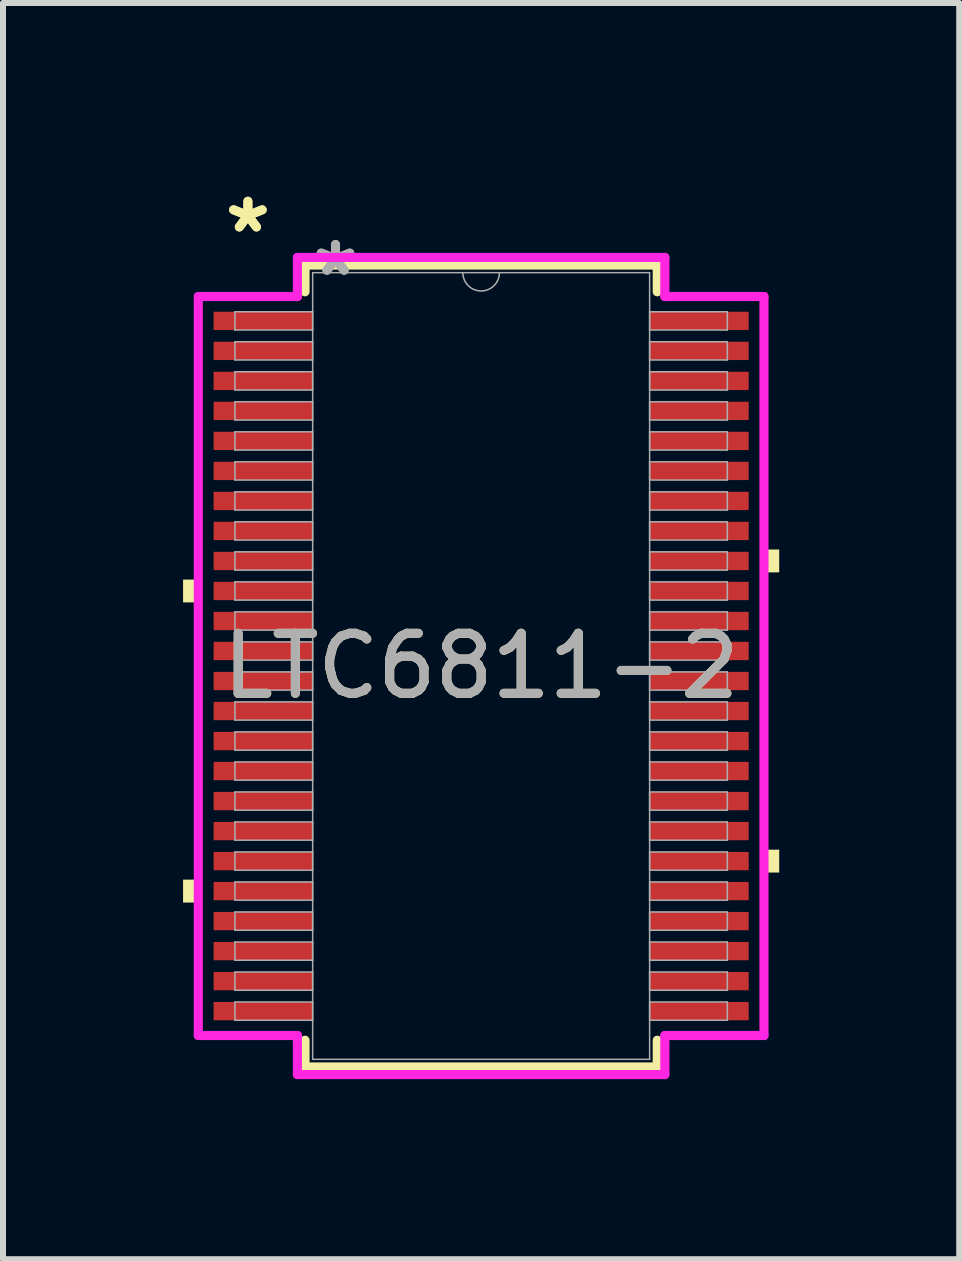
<source format=kicad_pcb>
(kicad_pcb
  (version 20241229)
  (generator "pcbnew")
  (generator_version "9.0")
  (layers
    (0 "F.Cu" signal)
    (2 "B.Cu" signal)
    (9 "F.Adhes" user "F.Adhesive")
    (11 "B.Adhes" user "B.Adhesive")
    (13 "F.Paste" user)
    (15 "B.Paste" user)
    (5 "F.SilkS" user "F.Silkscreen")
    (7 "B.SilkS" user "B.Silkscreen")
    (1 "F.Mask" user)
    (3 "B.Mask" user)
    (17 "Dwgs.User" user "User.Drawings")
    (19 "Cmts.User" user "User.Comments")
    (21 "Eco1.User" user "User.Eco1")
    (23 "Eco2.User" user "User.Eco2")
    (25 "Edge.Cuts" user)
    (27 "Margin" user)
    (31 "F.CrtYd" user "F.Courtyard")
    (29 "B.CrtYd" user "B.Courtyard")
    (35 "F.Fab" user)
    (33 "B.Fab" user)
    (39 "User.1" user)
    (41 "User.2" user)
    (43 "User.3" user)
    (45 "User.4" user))
  (footprint "LTC6811-2"
    (layer "F.Cu")
    (at 4.966 8.046)
    (property "Reference" "LTC6811-2" (at 0 0 0) (unlocked yes) (layer "F.SilkS") (effects (font (size 1 1) (thickness 0.15))))
    (attr smd)
    (fp_line (start -2.934 -6.68) (end -2.934 -6.235) (stroke (width 0.152) (type solid)) (layer "F.SilkS"))
    (fp_line (start -2.934 6.235) (end -2.934 6.68) (stroke (width 0.152) (type solid)) (layer "F.SilkS"))
    (fp_line (start -2.934 6.68) (end 2.934 6.68) (stroke (width 0.152) (type solid)) (layer "F.SilkS"))
    (fp_line (start 2.934 -6.68) (end -2.934 -6.68) (stroke (width 0.152) (type solid)) (layer "F.SilkS"))
    (fp_line (start 2.934 -6.235) (end 2.934 -6.68) (stroke (width 0.152) (type solid)) (layer "F.SilkS"))
    (fp_line (start 2.934 6.68) (end 2.934 6.235) (stroke (width 0.152) (type solid)) (layer "F.SilkS"))
    (fp_poly (pts (xy -4.966 -1.44) (xy -4.966 -1.06) (xy -4.712 -1.06) (xy -4.712 -1.44)) (stroke (width 0) (type solid)) (fill yes) (layer "F.SilkS"))
    (fp_poly (pts (xy -4.966 3.559) (xy -4.966 3.941) (xy -4.712 3.941) (xy -4.712 3.559)) (stroke (width 0) (type solid)) (fill yes) (layer "F.SilkS"))
    (fp_poly (pts (xy 4.966 -1.941) (xy 4.966 -1.56) (xy 4.712 -1.56) (xy 4.712 -1.941)) (stroke (width 0) (type solid)) (fill yes) (layer "F.SilkS"))
    (fp_poly (pts (xy 4.966 3.06) (xy 4.966 3.441) (xy 4.712 3.441) (xy 4.712 3.06)) (stroke (width 0) (type solid)) (fill yes) (layer "F.SilkS"))
    (fp_line (start -4.712 -6.156) (end -3.061 -6.156) (stroke (width 0.152) (type solid)) (layer "F.CrtYd"))
    (fp_line (start -4.712 6.156) (end -4.712 -6.156) (stroke (width 0.152) (type solid)) (layer "F.CrtYd"))
    (fp_line (start -4.712 6.156) (end -3.061 6.156) (stroke (width 0.152) (type solid)) (layer "F.CrtYd"))
    (fp_line (start -3.061 -6.807) (end 3.061 -6.807) (stroke (width 0.152) (type solid)) (layer "F.CrtYd"))
    (fp_line (start -3.061 -6.156) (end -3.061 -6.807) (stroke (width 0.152) (type solid)) (layer "F.CrtYd"))
    (fp_line (start -3.061 6.807) (end -3.061 6.156) (stroke (width 0.152) (type solid)) (layer "F.CrtYd"))
    (fp_line (start 3.061 -6.807) (end 3.061 -6.156) (stroke (width 0.152) (type solid)) (layer "F.CrtYd"))
    (fp_line (start 3.061 6.156) (end 3.061 6.807) (stroke (width 0.152) (type solid)) (layer "F.CrtYd"))
    (fp_line (start 3.061 6.807) (end -3.061 6.807) (stroke (width 0.152) (type solid)) (layer "F.CrtYd"))
    (fp_line (start 4.712 -6.156) (end 3.061 -6.156) (stroke (width 0.152) (type solid)) (layer "F.CrtYd"))
    (fp_line (start 4.712 -6.156) (end 4.712 6.156) (stroke (width 0.152) (type solid)) (layer "F.CrtYd"))
    (fp_line (start 4.712 6.156) (end 3.061 6.156) (stroke (width 0.152) (type solid)) (layer "F.CrtYd"))
    (fp_line (start -4.102 -5.902) (end -4.102 -5.598) (stroke (width 0.025) (type solid)) (layer "F.Fab"))
    (fp_line (start -4.102 -5.598) (end -2.807 -5.598) (stroke (width 0.025) (type solid)) (layer "F.Fab"))
    (fp_line (start -4.102 -5.402) (end -4.102 -5.098) (stroke (width 0.025) (type solid)) (layer "F.Fab"))
    (fp_line (start -4.102 -5.098) (end -2.807 -5.098) (stroke (width 0.025) (type solid)) (layer "F.Fab"))
    (fp_line (start -4.102 -4.902) (end -4.102 -4.598) (stroke (width 0.025) (type solid)) (layer "F.Fab"))
    (fp_line (start -4.102 -4.598) (end -2.807 -4.598) (stroke (width 0.025) (type solid)) (layer "F.Fab"))
    (fp_line (start -4.102 -4.402) (end -4.102 -4.098) (stroke (width 0.025) (type solid)) (layer "F.Fab"))
    (fp_line (start -4.102 -4.098) (end -2.807 -4.098) (stroke (width 0.025) (type solid)) (layer "F.Fab"))
    (fp_line (start -4.102 -3.902) (end -4.102 -3.598) (stroke (width 0.025) (type solid)) (layer "F.Fab"))
    (fp_line (start -4.102 -3.598) (end -2.807 -3.598) (stroke (width 0.025) (type solid)) (layer "F.Fab"))
    (fp_line (start -4.102 -3.402) (end -4.102 -3.098) (stroke (width 0.025) (type solid)) (layer "F.Fab"))
    (fp_line (start -4.102 -3.098) (end -2.807 -3.098) (stroke (width 0.025) (type solid)) (layer "F.Fab"))
    (fp_line (start -4.102 -2.902) (end -4.102 -2.598) (stroke (width 0.025) (type solid)) (layer "F.Fab"))
    (fp_line (start -4.102 -2.598) (end -2.807 -2.598) (stroke (width 0.025) (type solid)) (layer "F.Fab"))
    (fp_line (start -4.102 -2.402) (end -4.102 -2.098) (stroke (width 0.025) (type solid)) (layer "F.Fab"))
    (fp_line (start -4.102 -2.098) (end -2.807 -2.098) (stroke (width 0.025) (type solid)) (layer "F.Fab"))
    (fp_line (start -4.102 -1.902) (end -4.102 -1.598) (stroke (width 0.025) (type solid)) (layer "F.Fab"))
    (fp_line (start -4.102 -1.598) (end -2.807 -1.598) (stroke (width 0.025) (type solid)) (layer "F.Fab"))
    (fp_line (start -4.102 -1.402) (end -4.102 -1.098) (stroke (width 0.025) (type solid)) (layer "F.Fab"))
    (fp_line (start -4.102 -1.098) (end -2.807 -1.098) (stroke (width 0.025) (type solid)) (layer "F.Fab"))
    (fp_line (start -4.102 -0.902) (end -4.102 -0.598) (stroke (width 0.025) (type solid)) (layer "F.Fab"))
    (fp_line (start -4.102 -0.598) (end -2.807 -0.598) (stroke (width 0.025) (type solid)) (layer "F.Fab"))
    (fp_line (start -4.102 -0.402) (end -4.102 -0.098) (stroke (width 0.025) (type solid)) (layer "F.Fab"))
    (fp_line (start -4.102 -0.098) (end -2.807 -0.098) (stroke (width 0.025) (type solid)) (layer "F.Fab"))
    (fp_line (start -4.102 0.098) (end -4.102 0.402) (stroke (width 0.025) (type solid)) (layer "F.Fab"))
    (fp_line (start -4.102 0.402) (end -2.807 0.402) (stroke (width 0.025) (type solid)) (layer "F.Fab"))
    (fp_line (start -4.102 0.598) (end -4.102 0.902) (stroke (width 0.025) (type solid)) (layer "F.Fab"))
    (fp_line (start -4.102 0.902) (end -2.807 0.902) (stroke (width 0.025) (type solid)) (layer "F.Fab"))
    (fp_line (start -4.102 1.098) (end -4.102 1.402) (stroke (width 0.025) (type solid)) (layer "F.Fab"))
    (fp_line (start -4.102 1.402) (end -2.807 1.402) (stroke (width 0.025) (type solid)) (layer "F.Fab"))
    (fp_line (start -4.102 1.598) (end -4.102 1.902) (stroke (width 0.025) (type solid)) (layer "F.Fab"))
    (fp_line (start -4.102 1.902) (end -2.807 1.902) (stroke (width 0.025) (type solid)) (layer "F.Fab"))
    (fp_line (start -4.102 2.098) (end -4.102 2.402) (stroke (width 0.025) (type solid)) (layer "F.Fab"))
    (fp_line (start -4.102 2.402) (end -2.807 2.402) (stroke (width 0.025) (type solid)) (layer "F.Fab"))
    (fp_line (start -4.102 2.598) (end -4.102 2.902) (stroke (width 0.025) (type solid)) (layer "F.Fab"))
    (fp_line (start -4.102 2.902) (end -2.807 2.902) (stroke (width 0.025) (type solid)) (layer "F.Fab"))
    (fp_line (start -4.102 3.098) (end -4.102 3.402) (stroke (width 0.025) (type solid)) (layer "F.Fab"))
    (fp_line (start -4.102 3.402) (end -2.807 3.402) (stroke (width 0.025) (type solid)) (layer "F.Fab"))
    (fp_line (start -4.102 3.598) (end -4.102 3.902) (stroke (width 0.025) (type solid)) (layer "F.Fab"))
    (fp_line (start -4.102 3.902) (end -2.807 3.902) (stroke (width 0.025) (type solid)) (layer "F.Fab"))
    (fp_line (start -4.102 4.098) (end -4.102 4.402) (stroke (width 0.025) (type solid)) (layer "F.Fab"))
    (fp_line (start -4.102 4.402) (end -2.807 4.402) (stroke (width 0.025) (type solid)) (layer "F.Fab"))
    (fp_line (start -4.102 4.598) (end -4.102 4.902) (stroke (width 0.025) (type solid)) (layer "F.Fab"))
    (fp_line (start -4.102 4.902) (end -2.807 4.902) (stroke (width 0.025) (type solid)) (layer "F.Fab"))
    (fp_line (start -4.102 5.098) (end -4.102 5.402) (stroke (width 0.025) (type solid)) (layer "F.Fab"))
    (fp_line (start -4.102 5.402) (end -2.807 5.402) (stroke (width 0.025) (type solid)) (layer "F.Fab"))
    (fp_line (start -4.102 5.598) (end -4.102 5.902) (stroke (width 0.025) (type solid)) (layer "F.Fab"))
    (fp_line (start -4.102 5.902) (end -2.807 5.902) (stroke (width 0.025) (type solid)) (layer "F.Fab"))
    (fp_line (start -2.807 -6.553) (end -2.807 6.553) (stroke (width 0.025) (type solid)) (layer "F.Fab"))
    (fp_line (start -2.807 -5.902) (end -4.102 -5.902) (stroke (width 0.025) (type solid)) (layer "F.Fab"))
    (fp_line (start -2.807 -5.598) (end -2.807 -5.902) (stroke (width 0.025) (type solid)) (layer "F.Fab"))
    (fp_line (start -2.807 -5.402) (end -4.102 -5.402) (stroke (width 0.025) (type solid)) (layer "F.Fab"))
    (fp_line (start -2.807 -5.098) (end -2.807 -5.402) (stroke (width 0.025) (type solid)) (layer "F.Fab"))
    (fp_line (start -2.807 -4.902) (end -4.102 -4.902) (stroke (width 0.025) (type solid)) (layer "F.Fab"))
    (fp_line (start -2.807 -4.598) (end -2.807 -4.902) (stroke (width 0.025) (type solid)) (layer "F.Fab"))
    (fp_line (start -2.807 -4.402) (end -4.102 -4.402) (stroke (width 0.025) (type solid)) (layer "F.Fab"))
    (fp_line (start -2.807 -4.098) (end -2.807 -4.402) (stroke (width 0.025) (type solid)) (layer "F.Fab"))
    (fp_line (start -2.807 -3.902) (end -4.102 -3.902) (stroke (width 0.025) (type solid)) (layer "F.Fab"))
    (fp_line (start -2.807 -3.598) (end -2.807 -3.902) (stroke (width 0.025) (type solid)) (layer "F.Fab"))
    (fp_line (start -2.807 -3.402) (end -4.102 -3.402) (stroke (width 0.025) (type solid)) (layer "F.Fab"))
    (fp_line (start -2.807 -3.098) (end -2.807 -3.402) (stroke (width 0.025) (type solid)) (layer "F.Fab"))
    (fp_line (start -2.807 -2.902) (end -4.102 -2.902) (stroke (width 0.025) (type solid)) (layer "F.Fab"))
    (fp_line (start -2.807 -2.598) (end -2.807 -2.902) (stroke (width 0.025) (type solid)) (layer "F.Fab"))
    (fp_line (start -2.807 -2.402) (end -4.102 -2.402) (stroke (width 0.025) (type solid)) (layer "F.Fab"))
    (fp_line (start -2.807 -2.098) (end -2.807 -2.402) (stroke (width 0.025) (type solid)) (layer "F.Fab"))
    (fp_line (start -2.807 -1.902) (end -4.102 -1.902) (stroke (width 0.025) (type solid)) (layer "F.Fab"))
    (fp_line (start -2.807 -1.598) (end -2.807 -1.902) (stroke (width 0.025) (type solid)) (layer "F.Fab"))
    (fp_line (start -2.807 -1.402) (end -4.102 -1.402) (stroke (width 0.025) (type solid)) (layer "F.Fab"))
    (fp_line (start -2.807 -1.098) (end -2.807 -1.402) (stroke (width 0.025) (type solid)) (layer "F.Fab"))
    (fp_line (start -2.807 -0.902) (end -4.102 -0.902) (stroke (width 0.025) (type solid)) (layer "F.Fab"))
    (fp_line (start -2.807 -0.598) (end -2.807 -0.902) (stroke (width 0.025) (type solid)) (layer "F.Fab"))
    (fp_line (start -2.807 -0.402) (end -4.102 -0.402) (stroke (width 0.025) (type solid)) (layer "F.Fab"))
    (fp_line (start -2.807 -0.098) (end -2.807 -0.402) (stroke (width 0.025) (type solid)) (layer "F.Fab"))
    (fp_line (start -2.807 0.098) (end -4.102 0.098) (stroke (width 0.025) (type solid)) (layer "F.Fab"))
    (fp_line (start -2.807 0.402) (end -2.807 0.098) (stroke (width 0.025) (type solid)) (layer "F.Fab"))
    (fp_line (start -2.807 0.598) (end -4.102 0.598) (stroke (width 0.025) (type solid)) (layer "F.Fab"))
    (fp_line (start -2.807 0.902) (end -2.807 0.598) (stroke (width 0.025) (type solid)) (layer "F.Fab"))
    (fp_line (start -2.807 1.098) (end -4.102 1.098) (stroke (width 0.025) (type solid)) (layer "F.Fab"))
    (fp_line (start -2.807 1.402) (end -2.807 1.098) (stroke (width 0.025) (type solid)) (layer "F.Fab"))
    (fp_line (start -2.807 1.598) (end -4.102 1.598) (stroke (width 0.025) (type solid)) (layer "F.Fab"))
    (fp_line (start -2.807 1.902) (end -2.807 1.598) (stroke (width 0.025) (type solid)) (layer "F.Fab"))
    (fp_line (start -2.807 2.098) (end -4.102 2.098) (stroke (width 0.025) (type solid)) (layer "F.Fab"))
    (fp_line (start -2.807 2.402) (end -2.807 2.098) (stroke (width 0.025) (type solid)) (layer "F.Fab"))
    (fp_line (start -2.807 2.598) (end -4.102 2.598) (stroke (width 0.025) (type solid)) (layer "F.Fab"))
    (fp_line (start -2.807 2.902) (end -2.807 2.598) (stroke (width 0.025) (type solid)) (layer "F.Fab"))
    (fp_line (start -2.807 3.098) (end -4.102 3.098) (stroke (width 0.025) (type solid)) (layer "F.Fab"))
    (fp_line (start -2.807 3.402) (end -2.807 3.098) (stroke (width 0.025) (type solid)) (layer "F.Fab"))
    (fp_line (start -2.807 3.598) (end -4.102 3.598) (stroke (width 0.025) (type solid)) (layer "F.Fab"))
    (fp_line (start -2.807 3.902) (end -2.807 3.598) (stroke (width 0.025) (type solid)) (layer "F.Fab"))
    (fp_line (start -2.807 4.098) (end -4.102 4.098) (stroke (width 0.025) (type solid)) (layer "F.Fab"))
    (fp_line (start -2.807 4.402) (end -2.807 4.098) (stroke (width 0.025) (type solid)) (layer "F.Fab"))
    (fp_line (start -2.807 4.598) (end -4.102 4.598) (stroke (width 0.025) (type solid)) (layer "F.Fab"))
    (fp_line (start -2.807 4.902) (end -2.807 4.598) (stroke (width 0.025) (type solid)) (layer "F.Fab"))
    (fp_line (start -2.807 5.098) (end -4.102 5.098) (stroke (width 0.025) (type solid)) (layer "F.Fab"))
    (fp_line (start -2.807 5.402) (end -2.807 5.098) (stroke (width 0.025) (type solid)) (layer "F.Fab"))
    (fp_line (start -2.807 5.598) (end -4.102 5.598) (stroke (width 0.025) (type solid)) (layer "F.Fab"))
    (fp_line (start -2.807 5.902) (end -2.807 5.598) (stroke (width 0.025) (type solid)) (layer "F.Fab"))
    (fp_line (start -2.807 6.553) (end 2.807 6.553) (stroke (width 0.025) (type solid)) (layer "F.Fab"))
    (fp_line (start 2.807 -6.553) (end -2.807 -6.553) (stroke (width 0.025) (type solid)) (layer "F.Fab"))
    (fp_line (start 2.807 -5.902) (end 2.807 -5.598) (stroke (width 0.025) (type solid)) (layer "F.Fab"))
    (fp_line (start 2.807 -5.598) (end 4.102 -5.598) (stroke (width 0.025) (type solid)) (layer "F.Fab"))
    (fp_line (start 2.807 -5.402) (end 2.807 -5.098) (stroke (width 0.025) (type solid)) (layer "F.Fab"))
    (fp_line (start 2.807 -5.098) (end 4.102 -5.098) (stroke (width 0.025) (type solid)) (layer "F.Fab"))
    (fp_line (start 2.807 -4.902) (end 2.807 -4.598) (stroke (width 0.025) (type solid)) (layer "F.Fab"))
    (fp_line (start 2.807 -4.598) (end 4.102 -4.598) (stroke (width 0.025) (type solid)) (layer "F.Fab"))
    (fp_line (start 2.807 -4.402) (end 2.807 -4.098) (stroke (width 0.025) (type solid)) (layer "F.Fab"))
    (fp_line (start 2.807 -4.098) (end 4.102 -4.098) (stroke (width 0.025) (type solid)) (layer "F.Fab"))
    (fp_line (start 2.807 -3.902) (end 2.807 -3.598) (stroke (width 0.025) (type solid)) (layer "F.Fab"))
    (fp_line (start 2.807 -3.598) (end 4.102 -3.598) (stroke (width 0.025) (type solid)) (layer "F.Fab"))
    (fp_line (start 2.807 -3.402) (end 2.807 -3.098) (stroke (width 0.025) (type solid)) (layer "F.Fab"))
    (fp_line (start 2.807 -3.098) (end 4.102 -3.098) (stroke (width 0.025) (type solid)) (layer "F.Fab"))
    (fp_line (start 2.807 -2.902) (end 2.807 -2.598) (stroke (width 0.025) (type solid)) (layer "F.Fab"))
    (fp_line (start 2.807 -2.598) (end 4.102 -2.598) (stroke (width 0.025) (type solid)) (layer "F.Fab"))
    (fp_line (start 2.807 -2.402) (end 2.807 -2.098) (stroke (width 0.025) (type solid)) (layer "F.Fab"))
    (fp_line (start 2.807 -2.098) (end 4.102 -2.098) (stroke (width 0.025) (type solid)) (layer "F.Fab"))
    (fp_line (start 2.807 -1.902) (end 2.807 -1.598) (stroke (width 0.025) (type solid)) (layer "F.Fab"))
    (fp_line (start 2.807 -1.598) (end 4.102 -1.598) (stroke (width 0.025) (type solid)) (layer "F.Fab"))
    (fp_line (start 2.807 -1.402) (end 2.807 -1.098) (stroke (width 0.025) (type solid)) (layer "F.Fab"))
    (fp_line (start 2.807 -1.098) (end 4.102 -1.098) (stroke (width 0.025) (type solid)) (layer "F.Fab"))
    (fp_line (start 2.807 -0.902) (end 2.807 -0.598) (stroke (width 0.025) (type solid)) (layer "F.Fab"))
    (fp_line (start 2.807 -0.598) (end 4.102 -0.598) (stroke (width 0.025) (type solid)) (layer "F.Fab"))
    (fp_line (start 2.807 -0.402) (end 2.807 -0.098) (stroke (width 0.025) (type solid)) (layer "F.Fab"))
    (fp_line (start 2.807 -0.098) (end 4.102 -0.098) (stroke (width 0.025) (type solid)) (layer "F.Fab"))
    (fp_line (start 2.807 0.098) (end 2.807 0.402) (stroke (width 0.025) (type solid)) (layer "F.Fab"))
    (fp_line (start 2.807 0.402) (end 4.102 0.402) (stroke (width 0.025) (type solid)) (layer "F.Fab"))
    (fp_line (start 2.807 0.598) (end 2.807 0.902) (stroke (width 0.025) (type solid)) (layer "F.Fab"))
    (fp_line (start 2.807 0.902) (end 4.102 0.902) (stroke (width 0.025) (type solid)) (layer "F.Fab"))
    (fp_line (start 2.807 1.098) (end 2.807 1.402) (stroke (width 0.025) (type solid)) (layer "F.Fab"))
    (fp_line (start 2.807 1.402) (end 4.102 1.402) (stroke (width 0.025) (type solid)) (layer "F.Fab"))
    (fp_line (start 2.807 1.598) (end 2.807 1.902) (stroke (width 0.025) (type solid)) (layer "F.Fab"))
    (fp_line (start 2.807 1.902) (end 4.102 1.902) (stroke (width 0.025) (type solid)) (layer "F.Fab"))
    (fp_line (start 2.807 2.098) (end 2.807 2.402) (stroke (width 0.025) (type solid)) (layer "F.Fab"))
    (fp_line (start 2.807 2.402) (end 4.102 2.402) (stroke (width 0.025) (type solid)) (layer "F.Fab"))
    (fp_line (start 2.807 2.598) (end 2.807 2.902) (stroke (width 0.025) (type solid)) (layer "F.Fab"))
    (fp_line (start 2.807 2.902) (end 4.102 2.902) (stroke (width 0.025) (type solid)) (layer "F.Fab"))
    (fp_line (start 2.807 3.098) (end 2.807 3.402) (stroke (width 0.025) (type solid)) (layer "F.Fab"))
    (fp_line (start 2.807 3.402) (end 4.102 3.402) (stroke (width 0.025) (type solid)) (layer "F.Fab"))
    (fp_line (start 2.807 3.598) (end 2.807 3.902) (stroke (width 0.025) (type solid)) (layer "F.Fab"))
    (fp_line (start 2.807 3.902) (end 4.102 3.902) (stroke (width 0.025) (type solid)) (layer "F.Fab"))
    (fp_line (start 2.807 4.098) (end 2.807 4.402) (stroke (width 0.025) (type solid)) (layer "F.Fab"))
    (fp_line (start 2.807 4.402) (end 4.102 4.402) (stroke (width 0.025) (type solid)) (layer "F.Fab"))
    (fp_line (start 2.807 4.598) (end 2.807 4.902) (stroke (width 0.025) (type solid)) (layer "F.Fab"))
    (fp_line (start 2.807 4.902) (end 4.102 4.902) (stroke (width 0.025) (type solid)) (layer "F.Fab"))
    (fp_line (start 2.807 5.098) (end 2.807 5.402) (stroke (width 0.025) (type solid)) (layer "F.Fab"))
    (fp_line (start 2.807 5.402) (end 4.102 5.402) (stroke (width 0.025) (type solid)) (layer "F.Fab"))
    (fp_line (start 2.807 5.598) (end 2.807 5.902) (stroke (width 0.025) (type solid)) (layer "F.Fab"))
    (fp_line (start 2.807 5.902) (end 4.102 5.902) (stroke (width 0.025) (type solid)) (layer "F.Fab"))
    (fp_line (start 2.807 6.553) (end 2.807 -6.553) (stroke (width 0.025) (type solid)) (layer "F.Fab"))
    (fp_line (start 4.102 -5.902) (end 2.807 -5.902) (stroke (width 0.025) (type solid)) (layer "F.Fab"))
    (fp_line (start 4.102 -5.598) (end 4.102 -5.902) (stroke (width 0.025) (type solid)) (layer "F.Fab"))
    (fp_line (start 4.102 -5.402) (end 2.807 -5.402) (stroke (width 0.025) (type solid)) (layer "F.Fab"))
    (fp_line (start 4.102 -5.098) (end 4.102 -5.402) (stroke (width 0.025) (type solid)) (layer "F.Fab"))
    (fp_line (start 4.102 -4.902) (end 2.807 -4.902) (stroke (width 0.025) (type solid)) (layer "F.Fab"))
    (fp_line (start 4.102 -4.598) (end 4.102 -4.902) (stroke (width 0.025) (type solid)) (layer "F.Fab"))
    (fp_line (start 4.102 -4.402) (end 2.807 -4.402) (stroke (width 0.025) (type solid)) (layer "F.Fab"))
    (fp_line (start 4.102 -4.098) (end 4.102 -4.402) (stroke (width 0.025) (type solid)) (layer "F.Fab"))
    (fp_line (start 4.102 -3.902) (end 2.807 -3.902) (stroke (width 0.025) (type solid)) (layer "F.Fab"))
    (fp_line (start 4.102 -3.598) (end 4.102 -3.902) (stroke (width 0.025) (type solid)) (layer "F.Fab"))
    (fp_line (start 4.102 -3.402) (end 2.807 -3.402) (stroke (width 0.025) (type solid)) (layer "F.Fab"))
    (fp_line (start 4.102 -3.098) (end 4.102 -3.402) (stroke (width 0.025) (type solid)) (layer "F.Fab"))
    (fp_line (start 4.102 -2.902) (end 2.807 -2.902) (stroke (width 0.025) (type solid)) (layer "F.Fab"))
    (fp_line (start 4.102 -2.598) (end 4.102 -2.902) (stroke (width 0.025) (type solid)) (layer "F.Fab"))
    (fp_line (start 4.102 -2.402) (end 2.807 -2.402) (stroke (width 0.025) (type solid)) (layer "F.Fab"))
    (fp_line (start 4.102 -2.098) (end 4.102 -2.402) (stroke (width 0.025) (type solid)) (layer "F.Fab"))
    (fp_line (start 4.102 -1.902) (end 2.807 -1.902) (stroke (width 0.025) (type solid)) (layer "F.Fab"))
    (fp_line (start 4.102 -1.598) (end 4.102 -1.902) (stroke (width 0.025) (type solid)) (layer "F.Fab"))
    (fp_line (start 4.102 -1.402) (end 2.807 -1.402) (stroke (width 0.025) (type solid)) (layer "F.Fab"))
    (fp_line (start 4.102 -1.098) (end 4.102 -1.402) (stroke (width 0.025) (type solid)) (layer "F.Fab"))
    (fp_line (start 4.102 -0.902) (end 2.807 -0.902) (stroke (width 0.025) (type solid)) (layer "F.Fab"))
    (fp_line (start 4.102 -0.598) (end 4.102 -0.902) (stroke (width 0.025) (type solid)) (layer "F.Fab"))
    (fp_line (start 4.102 -0.402) (end 2.807 -0.402) (stroke (width 0.025) (type solid)) (layer "F.Fab"))
    (fp_line (start 4.102 -0.098) (end 4.102 -0.402) (stroke (width 0.025) (type solid)) (layer "F.Fab"))
    (fp_line (start 4.102 0.098) (end 2.807 0.098) (stroke (width 0.025) (type solid)) (layer "F.Fab"))
    (fp_line (start 4.102 0.402) (end 4.102 0.098) (stroke (width 0.025) (type solid)) (layer "F.Fab"))
    (fp_line (start 4.102 0.598) (end 2.807 0.598) (stroke (width 0.025) (type solid)) (layer "F.Fab"))
    (fp_line (start 4.102 0.902) (end 4.102 0.598) (stroke (width 0.025) (type solid)) (layer "F.Fab"))
    (fp_line (start 4.102 1.098) (end 2.807 1.098) (stroke (width 0.025) (type solid)) (layer "F.Fab"))
    (fp_line (start 4.102 1.402) (end 4.102 1.098) (stroke (width 0.025) (type solid)) (layer "F.Fab"))
    (fp_line (start 4.102 1.598) (end 2.807 1.598) (stroke (width 0.025) (type solid)) (layer "F.Fab"))
    (fp_line (start 4.102 1.902) (end 4.102 1.598) (stroke (width 0.025) (type solid)) (layer "F.Fab"))
    (fp_line (start 4.102 2.098) (end 2.807 2.098) (stroke (width 0.025) (type solid)) (layer "F.Fab"))
    (fp_line (start 4.102 2.402) (end 4.102 2.098) (stroke (width 0.025) (type solid)) (layer "F.Fab"))
    (fp_line (start 4.102 2.598) (end 2.807 2.598) (stroke (width 0.025) (type solid)) (layer "F.Fab"))
    (fp_line (start 4.102 2.902) (end 4.102 2.598) (stroke (width 0.025) (type solid)) (layer "F.Fab"))
    (fp_line (start 4.102 3.098) (end 2.807 3.098) (stroke (width 0.025) (type solid)) (layer "F.Fab"))
    (fp_line (start 4.102 3.402) (end 4.102 3.098) (stroke (width 0.025) (type solid)) (layer "F.Fab"))
    (fp_line (start 4.102 3.598) (end 2.807 3.598) (stroke (width 0.025) (type solid)) (layer "F.Fab"))
    (fp_line (start 4.102 3.902) (end 4.102 3.598) (stroke (width 0.025) (type solid)) (layer "F.Fab"))
    (fp_line (start 4.102 4.098) (end 2.807 4.098) (stroke (width 0.025) (type solid)) (layer "F.Fab"))
    (fp_line (start 4.102 4.402) (end 4.102 4.098) (stroke (width 0.025) (type solid)) (layer "F.Fab"))
    (fp_line (start 4.102 4.598) (end 2.807 4.598) (stroke (width 0.025) (type solid)) (layer "F.Fab"))
    (fp_line (start 4.102 4.902) (end 4.102 4.598) (stroke (width 0.025) (type solid)) (layer "F.Fab"))
    (fp_line (start 4.102 5.098) (end 2.807 5.098) (stroke (width 0.025) (type solid)) (layer "F.Fab"))
    (fp_line (start 4.102 5.402) (end 4.102 5.098) (stroke (width 0.025) (type solid)) (layer "F.Fab"))
    (fp_line (start 4.102 5.598) (end 2.807 5.598) (stroke (width 0.025) (type solid)) (layer "F.Fab"))
    (fp_line (start 4.102 5.902) (end 4.102 5.598) (stroke (width 0.025) (type solid)) (layer "F.Fab"))
    (fp_arc (start 0.3048 -6.5532) (mid 0 -6.2484) (end -0.3048 -6.5532) (stroke (width 0.0254) (type solid)) (layer "F.Fab"))
    (fp_text user "*" (at -3.886 -7.198 0) (layer "F.SilkS") (effects (font (size 1 1) (thickness 0.15))))
    (fp_text user "*" (at -3.886 -7.198 0) (unlocked yes) (layer "F.SilkS") (effects (font (size 1 1) (thickness 0.15))))
    (fp_text user "${REFERENCE}" (at 0 0 0) (unlocked yes) (layer "F.Fab") (effects (font (size 1 1) (thickness 0.15))))
    (fp_text user "*" (at -2.426 -6.477 0) (unlocked yes) (layer "F.Fab") (effects (font (size 1 1) (thickness 0.15))))
    (fp_text user "*" (at -2.426 -6.477 0) (layer "F.Fab") (effects (font (size 1 1) (thickness 0.15))))
    (pad "1" smd rect (at -3.632 -5.75) (size 1.651 0.305) (layers "F.Cu" "F.Mask" "F.Paste"))
    (pad "2" smd rect (at -3.632 -5.25) (size 1.651 0.305) (layers "F.Cu" "F.Mask" "F.Paste"))
    (pad "3" smd rect (at -3.632 -4.75) (size 1.651 0.305) (layers "F.Cu" "F.Mask" "F.Paste"))
    (pad "4" smd rect (at -3.632 -4.25) (size 1.651 0.305) (layers "F.Cu" "F.Mask" "F.Paste"))
    (pad "5" smd rect (at -3.632 -3.75) (size 1.651 0.305) (layers "F.Cu" "F.Mask" "F.Paste"))
    (pad "6" smd rect (at -3.632 -3.25) (size 1.651 0.305) (layers "F.Cu" "F.Mask" "F.Paste"))
    (pad "7" smd rect (at -3.632 -2.75) (size 1.651 0.305) (layers "F.Cu" "F.Mask" "F.Paste"))
    (pad "8" smd rect (at -3.632 -2.25) (size 1.651 0.305) (layers "F.Cu" "F.Mask" "F.Paste"))
    (pad "9" smd rect (at -3.632 -1.75) (size 1.651 0.305) (layers "F.Cu" "F.Mask" "F.Paste"))
    (pad "10" smd rect (at -3.632 -1.25) (size 1.651 0.305) (layers "F.Cu" "F.Mask" "F.Paste"))
    (pad "11" smd rect (at -3.632 -0.75) (size 1.651 0.305) (layers "F.Cu" "F.Mask" "F.Paste"))
    (pad "12" smd rect (at -3.632 -0.25) (size 1.651 0.305) (layers "F.Cu" "F.Mask" "F.Paste"))
    (pad "13" smd rect (at -3.632 0.25) (size 1.651 0.305) (layers "F.Cu" "F.Mask" "F.Paste"))
    (pad "14" smd rect (at -3.632 0.75) (size 1.651 0.305) (layers "F.Cu" "F.Mask" "F.Paste"))
    (pad "15" smd rect (at -3.632 1.25) (size 1.651 0.305) (layers "F.Cu" "F.Mask" "F.Paste"))
    (pad "16" smd rect (at -3.632 1.75) (size 1.651 0.305) (layers "F.Cu" "F.Mask" "F.Paste"))
    (pad "17" smd rect (at -3.632 2.25) (size 1.651 0.305) (layers "F.Cu" "F.Mask" "F.Paste"))
    (pad "18" smd rect (at -3.632 2.75) (size 1.651 0.305) (layers "F.Cu" "F.Mask" "F.Paste"))
    (pad "19" smd rect (at -3.632 3.25) (size 1.651 0.305) (layers "F.Cu" "F.Mask" "F.Paste"))
    (pad "20" smd rect (at -3.632 3.75) (size 1.651 0.305) (layers "F.Cu" "F.Mask" "F.Paste"))
    (pad "21" smd rect (at -3.632 4.25) (size 1.651 0.305) (layers "F.Cu" "F.Mask" "F.Paste"))
    (pad "22" smd rect (at -3.632 4.75) (size 1.651 0.305) (layers "F.Cu" "F.Mask" "F.Paste"))
    (pad "23" smd rect (at -3.632 5.25) (size 1.651 0.305) (layers "F.Cu" "F.Mask" "F.Paste"))
    (pad "24" smd rect (at -3.632 5.75) (size 1.651 0.305) (layers "F.Cu" "F.Mask" "F.Paste"))
    (pad "25" smd rect (at 3.632 5.75) (size 1.651 0.305) (layers "F.Cu" "F.Mask" "F.Paste"))
    (pad "26" smd rect (at 3.632 5.25) (size 1.651 0.305) (layers "F.Cu" "F.Mask" "F.Paste"))
    (pad "27" smd rect (at 3.632 4.75) (size 1.651 0.305) (layers "F.Cu" "F.Mask" "F.Paste"))
    (pad "28" smd rect (at 3.632 4.25) (size 1.651 0.305) (layers "F.Cu" "F.Mask" "F.Paste"))
    (pad "29" smd rect (at 3.632 3.75) (size 1.651 0.305) (layers "F.Cu" "F.Mask" "F.Paste"))
    (pad "30" smd rect (at 3.632 3.25) (size 1.651 0.305) (layers "F.Cu" "F.Mask" "F.Paste"))
    (pad "31" smd rect (at 3.632 2.75) (size 1.651 0.305) (layers "F.Cu" "F.Mask" "F.Paste"))
    (pad "32" smd rect (at 3.632 2.25) (size 1.651 0.305) (layers "F.Cu" "F.Mask" "F.Paste"))
    (pad "33" smd rect (at 3.632 1.75) (size 1.651 0.305) (layers "F.Cu" "F.Mask" "F.Paste"))
    (pad "34" smd rect (at 3.632 1.25) (size 1.651 0.305) (layers "F.Cu" "F.Mask" "F.Paste"))
    (pad "35" smd rect (at 3.632 0.75) (size 1.651 0.305) (layers "F.Cu" "F.Mask" "F.Paste"))
    (pad "36" smd rect (at 3.632 0.25) (size 1.651 0.305) (layers "F.Cu" "F.Mask" "F.Paste"))
    (pad "37" smd rect (at 3.632 -0.25) (size 1.651 0.305) (layers "F.Cu" "F.Mask" "F.Paste"))
    (pad "38" smd rect (at 3.632 -0.75) (size 1.651 0.305) (layers "F.Cu" "F.Mask" "F.Paste"))
    (pad "39" smd rect (at 3.632 -1.25) (size 1.651 0.305) (layers "F.Cu" "F.Mask" "F.Paste"))
    (pad "40" smd rect (at 3.632 -1.75) (size 1.651 0.305) (layers "F.Cu" "F.Mask" "F.Paste"))
    (pad "41" smd rect (at 3.632 -2.25) (size 1.651 0.305) (layers "F.Cu" "F.Mask" "F.Paste"))
    (pad "42" smd rect (at 3.632 -2.75) (size 1.651 0.305) (layers "F.Cu" "F.Mask" "F.Paste"))
    (pad "43" smd rect (at 3.632 -3.25) (size 1.651 0.305) (layers "F.Cu" "F.Mask" "F.Paste"))
    (pad "44" smd rect (at 3.632 -3.75) (size 1.651 0.305) (layers "F.Cu" "F.Mask" "F.Paste"))
    (pad "45" smd rect (at 3.632 -4.25) (size 1.651 0.305) (layers "F.Cu" "F.Mask" "F.Paste"))
    (pad "46" smd rect (at 3.632 -4.75) (size 1.651 0.305) (layers "F.Cu" "F.Mask" "F.Paste"))
    (pad "47" smd rect (at 3.632 -5.25) (size 1.651 0.305) (layers "F.Cu" "F.Mask" "F.Paste"))
    (pad "48" smd rect (at 3.632 -5.75) (size 1.651 0.305) (layers "F.Cu" "F.Mask" "F.Paste")))
  (gr_rect
    (start -3 -3)
    (end 12.931 17.929)
    (stroke (width 0.1) (type default))
    (fill no)
    (layer "Edge.Cuts")))
</source>
